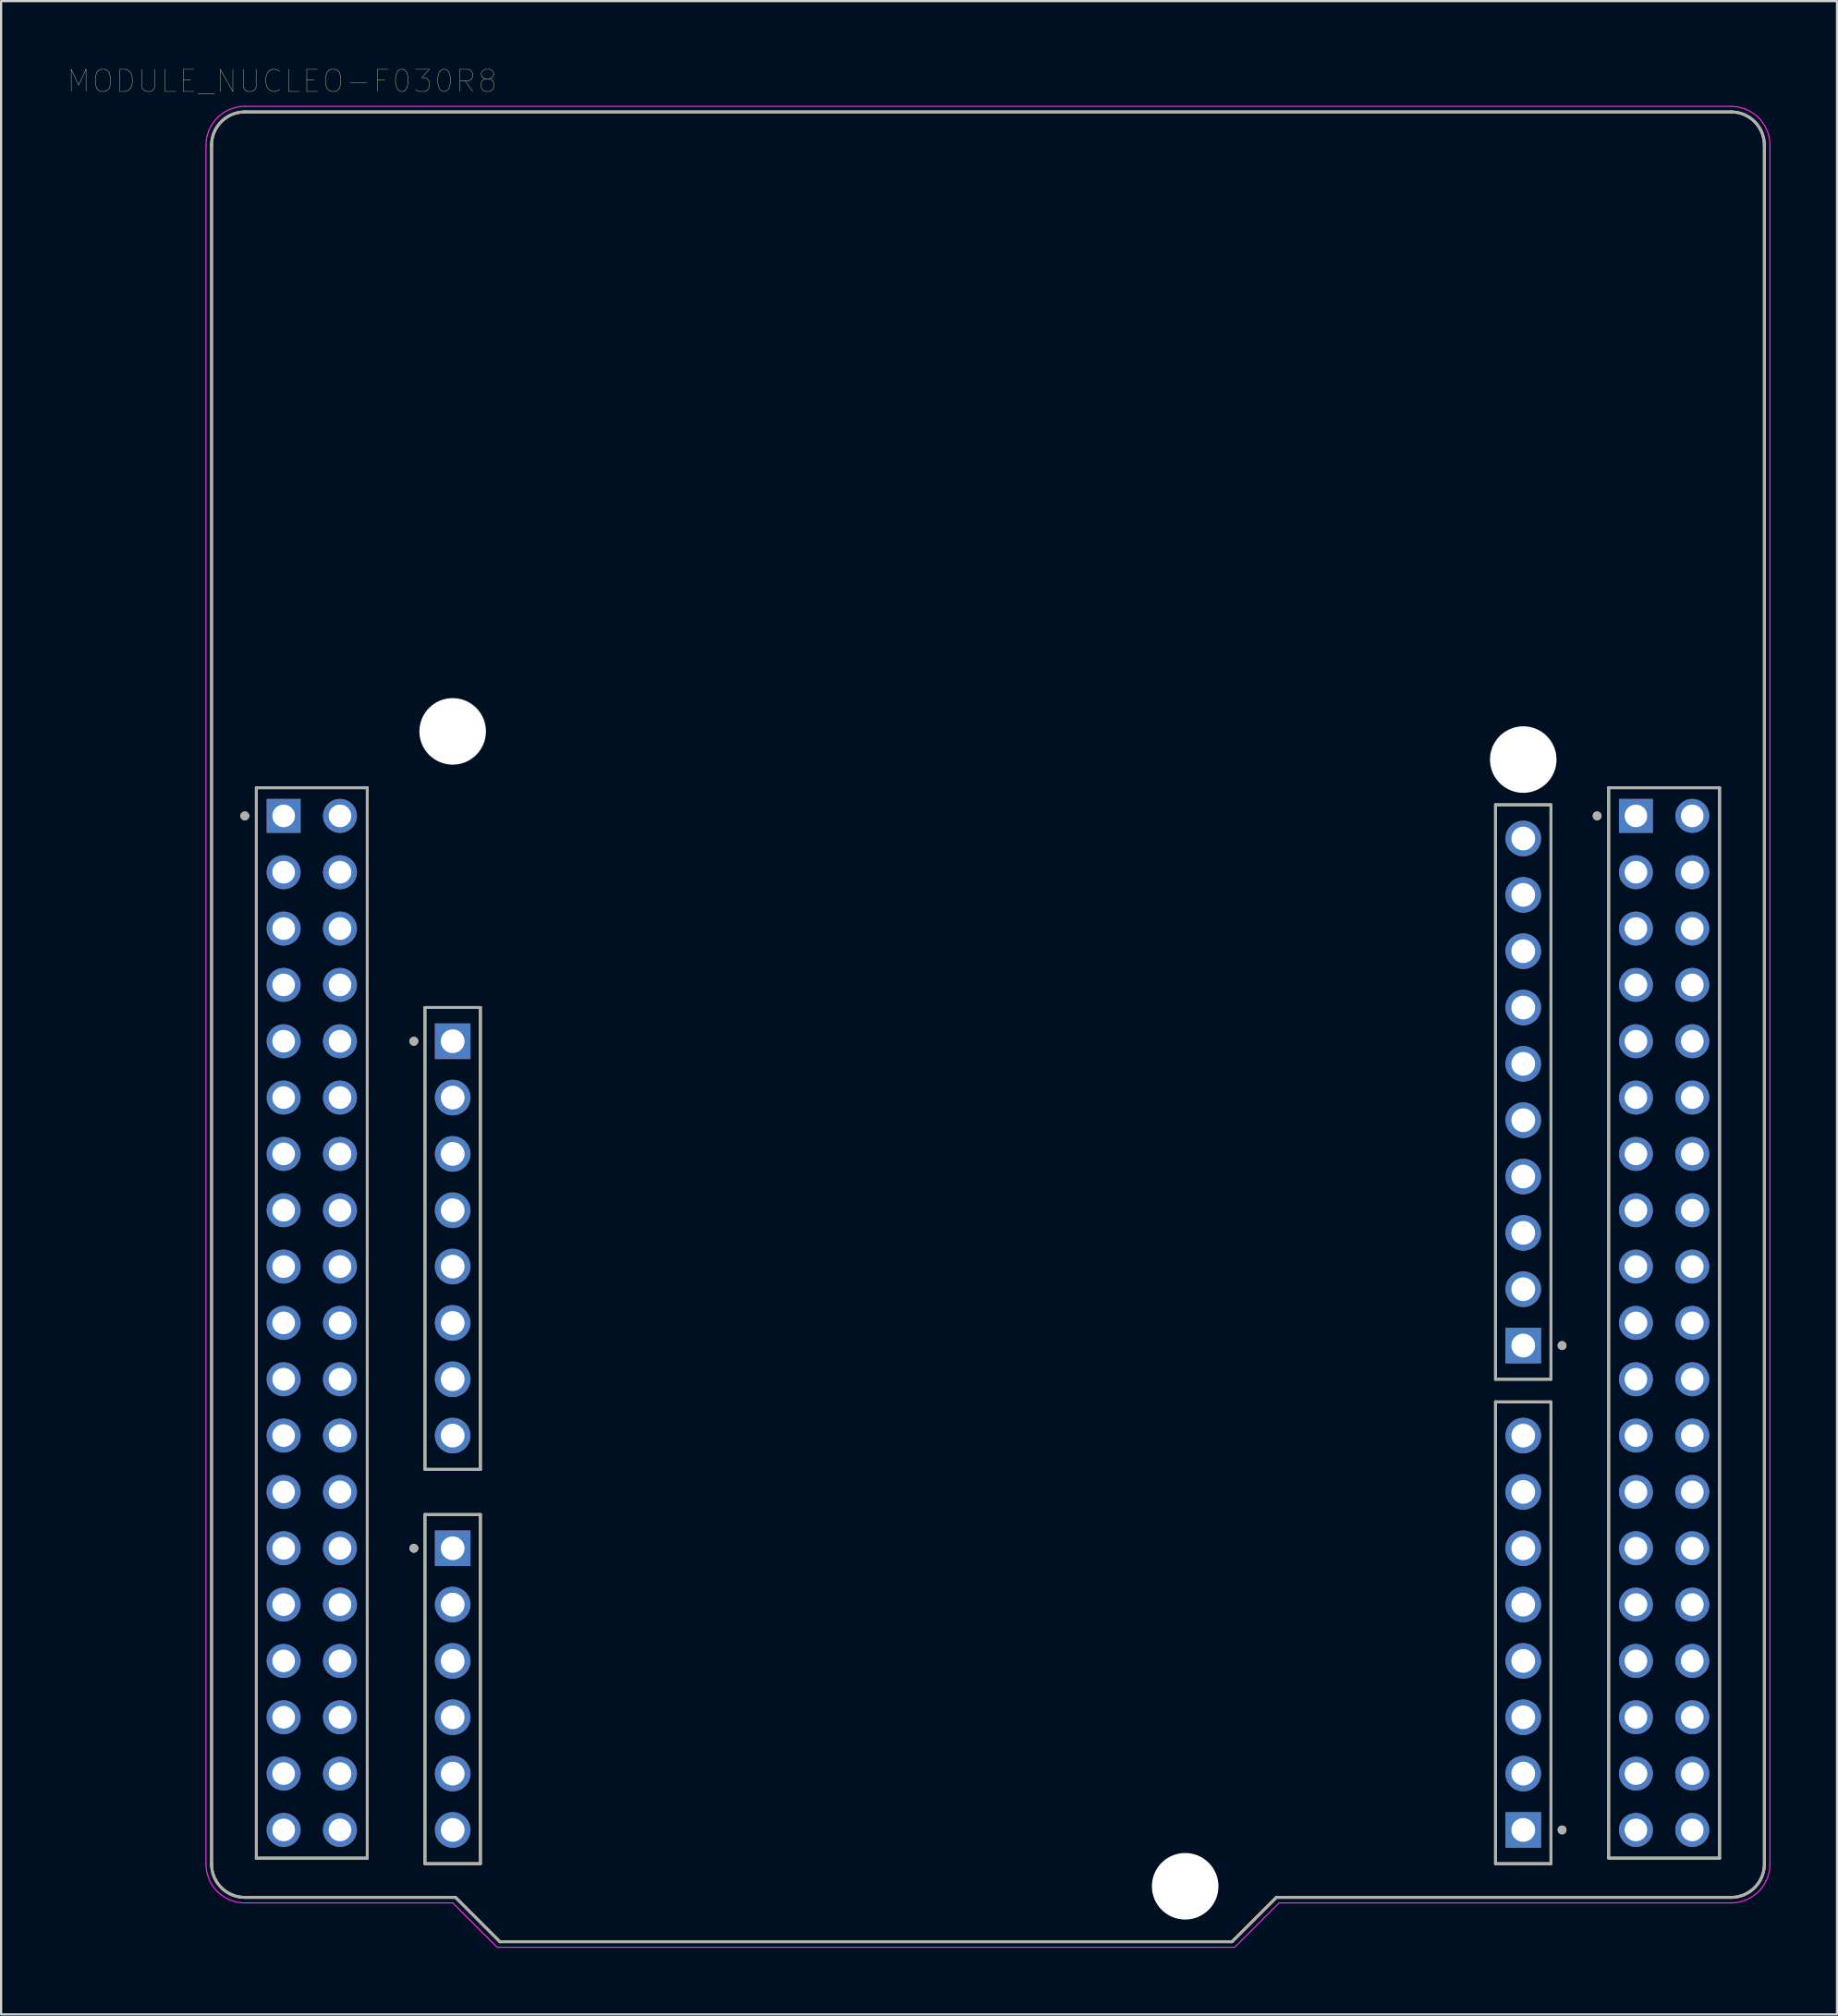
<source format=kicad_pcb>
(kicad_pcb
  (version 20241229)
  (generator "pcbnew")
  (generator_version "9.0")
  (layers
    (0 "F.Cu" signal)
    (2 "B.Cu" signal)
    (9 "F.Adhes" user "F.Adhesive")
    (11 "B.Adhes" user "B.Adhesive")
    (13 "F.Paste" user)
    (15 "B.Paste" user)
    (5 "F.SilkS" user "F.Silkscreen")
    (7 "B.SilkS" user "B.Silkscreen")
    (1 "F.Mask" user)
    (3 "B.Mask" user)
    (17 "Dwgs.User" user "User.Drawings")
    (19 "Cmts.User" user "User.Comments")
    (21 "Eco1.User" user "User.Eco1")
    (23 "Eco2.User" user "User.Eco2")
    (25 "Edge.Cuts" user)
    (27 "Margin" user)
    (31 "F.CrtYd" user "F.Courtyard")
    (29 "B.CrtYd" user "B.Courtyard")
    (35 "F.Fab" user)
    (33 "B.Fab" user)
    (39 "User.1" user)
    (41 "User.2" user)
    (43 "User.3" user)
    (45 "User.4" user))
  (footprint "MODULE_NUCLEO-F030R8"
    (layer "F.Cu")
    (at 41.486 43.246)
    (property "Reference" "MODULE_NUCLEO-F030R8" (at -31.825 -42.635 0) (layer "F.SilkS") (effects (font (size 1 1) (thickness 0.015))))
    (attr through_hole)
    (fp_line (start -35 37.75) (end -35 -39.75) (stroke (width 0.127) (type solid)) (layer "F.SilkS"))
    (fp_line (start -33.5 -41.25) (end 33.5 -41.25) (stroke (width 0.127) (type solid)) (layer "F.SilkS"))
    (fp_line (start -32.98 -10.78) (end -32.98 37.48) (stroke (width 0.127) (type solid)) (layer "F.SilkS"))
    (fp_line (start -32.98 37.48) (end -27.98 37.48) (stroke (width 0.127) (type solid)) (layer "F.SilkS"))
    (fp_line (start -27.98 -10.78) (end -32.98 -10.78) (stroke (width 0.127) (type solid)) (layer "F.SilkS"))
    (fp_line (start -27.98 37.48) (end -27.98 -10.78) (stroke (width 0.127) (type solid)) (layer "F.SilkS"))
    (fp_line (start -25.38 -0.87) (end -25.38 19.95) (stroke (width 0.127) (type solid)) (layer "F.SilkS"))
    (fp_line (start -25.38 19.95) (end -22.88 19.95) (stroke (width 0.127) (type solid)) (layer "F.SilkS"))
    (fp_line (start -25.38 21.99) (end -25.38 37.73) (stroke (width 0.127) (type solid)) (layer "F.SilkS"))
    (fp_line (start -25.38 37.73) (end -22.88 37.73) (stroke (width 0.127) (type solid)) (layer "F.SilkS"))
    (fp_line (start -24 39.25) (end -33.5 39.25) (stroke (width 0.127) (type solid)) (layer "F.SilkS"))
    (fp_line (start -22.88 -0.87) (end -25.38 -0.87) (stroke (width 0.127) (type solid)) (layer "F.SilkS"))
    (fp_line (start -22.88 19.95) (end -22.88 -0.87) (stroke (width 0.127) (type solid)) (layer "F.SilkS"))
    (fp_line (start -22.88 21.99) (end -25.38 21.99) (stroke (width 0.127) (type solid)) (layer "F.SilkS"))
    (fp_line (start -22.88 37.73) (end -22.88 21.99) (stroke (width 0.127) (type solid)) (layer "F.SilkS"))
    (fp_line (start -22 41.25) (end -24 39.25) (stroke (width 0.127) (type solid)) (layer "F.SilkS"))
    (fp_line (start 11 41.25) (end -22 41.25) (stroke (width 0.127) (type solid)) (layer "F.SilkS"))
    (fp_line (start 13 39.25) (end 11 41.25) (stroke (width 0.127) (type solid)) (layer "F.SilkS"))
    (fp_line (start 22.88 -10.01) (end 22.88 15.89) (stroke (width 0.127) (type solid)) (layer "F.SilkS"))
    (fp_line (start 22.88 15.89) (end 25.38 15.89) (stroke (width 0.127) (type solid)) (layer "F.SilkS"))
    (fp_line (start 22.88 16.91) (end 22.88 37.73) (stroke (width 0.127) (type solid)) (layer "F.SilkS"))
    (fp_line (start 22.88 37.73) (end 25.38 37.73) (stroke (width 0.127) (type solid)) (layer "F.SilkS"))
    (fp_line (start 25.38 -10.01) (end 22.88 -10.01) (stroke (width 0.127) (type solid)) (layer "F.SilkS"))
    (fp_line (start 25.38 15.89) (end 25.38 -10.01) (stroke (width 0.127) (type solid)) (layer "F.SilkS"))
    (fp_line (start 25.38 16.91) (end 22.88 16.91) (stroke (width 0.127) (type solid)) (layer "F.SilkS"))
    (fp_line (start 25.38 37.73) (end 25.38 16.91) (stroke (width 0.127) (type solid)) (layer "F.SilkS"))
    (fp_line (start 27.98 -10.78) (end 27.98 37.48) (stroke (width 0.127) (type solid)) (layer "F.SilkS"))
    (fp_line (start 27.98 37.48) (end 32.98 37.48) (stroke (width 0.127) (type solid)) (layer "F.SilkS"))
    (fp_line (start 32.98 -10.78) (end 27.98 -10.78) (stroke (width 0.127) (type solid)) (layer "F.SilkS"))
    (fp_line (start 32.98 37.48) (end 32.98 -10.78) (stroke (width 0.127) (type solid)) (layer "F.SilkS"))
    (fp_line (start 33.5 39.25) (end 13 39.25) (stroke (width 0.127) (type solid)) (layer "F.SilkS"))
    (fp_line (start 35 -39.75) (end 35 37.75) (stroke (width 0.127) (type solid)) (layer "F.SilkS"))
    (fp_arc (start -35 -39.75) (mid -34.56066 -40.81066) (end -33.5 -41.25) (stroke (width 0.127) (type solid)) (layer "F.SilkS"))
    (fp_arc (start -33.5 39.25) (mid -34.56066 38.81066) (end -35 37.75) (stroke (width 0.127) (type solid)) (layer "F.SilkS"))
    (fp_arc (start 33.5 -41.25) (mid 34.56066 -40.81066) (end 35 -39.75) (stroke (width 0.127) (type solid)) (layer "F.SilkS"))
    (fp_arc (start 35 37.75) (mid 34.56066 38.81066) (end 33.5 39.25) (stroke (width 0.127) (type solid)) (layer "F.SilkS"))
    (fp_circle (center -33.5 -9.51) (end -33.4 -9.51) (stroke (width 0.2) (type solid)) (fill no) (layer "F.SilkS"))
    (fp_circle (center -25.88 0.65) (end -25.78 0.65) (stroke (width 0.2) (type solid)) (fill no) (layer "F.SilkS"))
    (fp_circle (center -25.88 23.51) (end -25.78 23.51) (stroke (width 0.2) (type solid)) (fill no) (layer "F.SilkS"))
    (fp_circle (center 25.88 14.37) (end 25.98 14.37) (stroke (width 0.2) (type solid)) (fill no) (layer "F.SilkS"))
    (fp_circle (center 25.88 36.21) (end 25.98 36.21) (stroke (width 0.2) (type solid)) (fill no) (layer "F.SilkS"))
    (fp_circle (center 27.46 -9.51) (end 27.56 -9.51) (stroke (width 0.2) (type solid)) (fill no) (layer "F.SilkS"))
    (fp_line (start -35.25 37.75) (end -35.25 -39.75) (stroke (width 0.05) (type solid)) (layer "F.CrtYd"))
    (fp_line (start -33.5 -41.5) (end 33.5 -41.5) (stroke (width 0.05) (type solid)) (layer "F.CrtYd"))
    (fp_line (start -24.125 39.5) (end -33.5 39.5) (stroke (width 0.05) (type solid)) (layer "F.CrtYd"))
    (fp_line (start -22.125 41.5) (end -24.125 39.5) (stroke (width 0.05) (type solid)) (layer "F.CrtYd"))
    (fp_line (start 11.125 41.5) (end -22.125 41.5) (stroke (width 0.05) (type solid)) (layer "F.CrtYd"))
    (fp_line (start 13.125 39.5) (end 11.125 41.5) (stroke (width 0.05) (type solid)) (layer "F.CrtYd"))
    (fp_line (start 33.5 39.5) (end 13.125 39.5) (stroke (width 0.05) (type solid)) (layer "F.CrtYd"))
    (fp_line (start 35.25 -39.75) (end 35.25 37.75) (stroke (width 0.05) (type solid)) (layer "F.CrtYd"))
    (fp_arc (start -35.25 -39.75) (mid -34.737437 -40.987437) (end -33.5 -41.5) (stroke (width 0.05) (type solid)) (layer "F.CrtYd"))
    (fp_arc (start -33.5 39.5) (mid -34.737437 38.987437) (end -35.25 37.75) (stroke (width 0.05) (type solid)) (layer "F.CrtYd"))
    (fp_arc (start 33.5 -41.5) (mid 34.737437 -40.987437) (end 35.25 -39.75) (stroke (width 0.05) (type solid)) (layer "F.CrtYd"))
    (fp_arc (start 35.25 37.75) (mid 34.737437 38.987437) (end 33.5 39.5) (stroke (width 0.05) (type solid)) (layer "F.CrtYd"))
    (fp_line (start -35 37.75) (end -35 -39.75) (stroke (width 0.127) (type solid)) (layer "F.Fab"))
    (fp_line (start -33.5 -41.25) (end 33.5 -41.25) (stroke (width 0.127) (type solid)) (layer "F.Fab"))
    (fp_line (start -32.98 -10.78) (end -32.98 37.48) (stroke (width 0.127) (type solid)) (layer "F.Fab"))
    (fp_line (start -32.98 37.48) (end -27.98 37.48) (stroke (width 0.127) (type solid)) (layer "F.Fab"))
    (fp_line (start -27.98 -10.78) (end -32.98 -10.78) (stroke (width 0.127) (type solid)) (layer "F.Fab"))
    (fp_line (start -27.98 37.48) (end -27.98 -10.78) (stroke (width 0.127) (type solid)) (layer "F.Fab"))
    (fp_line (start -25.38 -0.87) (end -25.38 19.95) (stroke (width 0.127) (type solid)) (layer "F.Fab"))
    (fp_line (start -25.38 19.95) (end -22.88 19.95) (stroke (width 0.127) (type solid)) (layer "F.Fab"))
    (fp_line (start -25.38 21.99) (end -25.38 37.73) (stroke (width 0.127) (type solid)) (layer "F.Fab"))
    (fp_line (start -25.38 37.73) (end -22.88 37.73) (stroke (width 0.127) (type solid)) (layer "F.Fab"))
    (fp_line (start -24 39.25) (end -33.5 39.25) (stroke (width 0.127) (type solid)) (layer "F.Fab"))
    (fp_line (start -22.88 -0.87) (end -25.38 -0.87) (stroke (width 0.127) (type solid)) (layer "F.Fab"))
    (fp_line (start -22.88 19.95) (end -22.88 -0.87) (stroke (width 0.127) (type solid)) (layer "F.Fab"))
    (fp_line (start -22.88 21.99) (end -25.38 21.99) (stroke (width 0.127) (type solid)) (layer "F.Fab"))
    (fp_line (start -22.88 37.73) (end -22.88 21.99) (stroke (width 0.127) (type solid)) (layer "F.Fab"))
    (fp_line (start -22 41.25) (end -24 39.25) (stroke (width 0.127) (type solid)) (layer "F.Fab"))
    (fp_line (start 11 41.25) (end -22 41.25) (stroke (width 0.127) (type solid)) (layer "F.Fab"))
    (fp_line (start 13 39.25) (end 11 41.25) (stroke (width 0.127) (type solid)) (layer "F.Fab"))
    (fp_line (start 22.88 -10.01) (end 22.88 15.89) (stroke (width 0.127) (type solid)) (layer "F.Fab"))
    (fp_line (start 22.88 15.89) (end 25.38 15.89) (stroke (width 0.127) (type solid)) (layer "F.Fab"))
    (fp_line (start 22.88 16.91) (end 22.88 37.73) (stroke (width 0.127) (type solid)) (layer "F.Fab"))
    (fp_line (start 22.88 37.73) (end 25.38 37.73) (stroke (width 0.127) (type solid)) (layer "F.Fab"))
    (fp_line (start 25.38 -10.01) (end 22.88 -10.01) (stroke (width 0.127) (type solid)) (layer "F.Fab"))
    (fp_line (start 25.38 15.89) (end 25.38 -10.01) (stroke (width 0.127) (type solid)) (layer "F.Fab"))
    (fp_line (start 25.38 16.91) (end 22.88 16.91) (stroke (width 0.127) (type solid)) (layer "F.Fab"))
    (fp_line (start 25.38 37.73) (end 25.38 16.91) (stroke (width 0.127) (type solid)) (layer "F.Fab"))
    (fp_line (start 27.98 -10.78) (end 27.98 37.48) (stroke (width 0.127) (type solid)) (layer "F.Fab"))
    (fp_line (start 27.98 37.48) (end 32.98 37.48) (stroke (width 0.127) (type solid)) (layer "F.Fab"))
    (fp_line (start 32.98 -10.78) (end 27.98 -10.78) (stroke (width 0.127) (type solid)) (layer "F.Fab"))
    (fp_line (start 32.98 37.48) (end 32.98 -10.78) (stroke (width 0.127) (type solid)) (layer "F.Fab"))
    (fp_line (start 33.5 39.25) (end 13 39.25) (stroke (width 0.127) (type solid)) (layer "F.Fab"))
    (fp_line (start 35 -39.75) (end 35 37.75) (stroke (width 0.127) (type solid)) (layer "F.Fab"))
    (fp_arc (start -35 -39.75) (mid -34.56066 -40.81066) (end -33.5 -41.25) (stroke (width 0.127) (type solid)) (layer "F.Fab"))
    (fp_arc (start -33.5 39.25) (mid -34.56066 38.81066) (end -35 37.75) (stroke (width 0.127) (type solid)) (layer "F.Fab"))
    (fp_arc (start 33.5 -41.25) (mid 34.56066 -40.81066) (end 35 -39.75) (stroke (width 0.127) (type solid)) (layer "F.Fab"))
    (fp_arc (start 35 37.75) (mid 34.56066 38.81066) (end 33.5 39.25) (stroke (width 0.127) (type solid)) (layer "F.Fab"))
    (fp_circle (center -33.5 -9.51) (end -33.4 -9.51) (stroke (width 0.2) (type solid)) (fill no) (layer "F.Fab"))
    (fp_circle (center -25.88 0.65) (end -25.78 0.65) (stroke (width 0.2) (type solid)) (fill no) (layer "F.Fab"))
    (fp_circle (center -25.88 23.51) (end -25.78 23.51) (stroke (width 0.2) (type solid)) (fill no) (layer "F.Fab"))
    (fp_circle (center 25.88 14.37) (end 25.98 14.37) (stroke (width 0.2) (type solid)) (fill no) (layer "F.Fab"))
    (fp_circle (center 25.88 36.21) (end 25.98 36.21) (stroke (width 0.2) (type solid)) (fill no) (layer "F.Fab"))
    (fp_circle (center 27.46 -9.51) (end 27.56 -9.51) (stroke (width 0.2) (type solid)) (fill no) (layer "F.Fab"))
    (pad "" np_thru_hole circle (at -24.13 -13.32) (size 3 3) (drill 3) (layers "*.Cu" "*.Mask"))
    (pad "" np_thru_hole circle (at 8.89 38.75) (size 3 3) (drill 3) (layers "*.Cu" "*.Mask"))
    (pad "" np_thru_hole circle (at 24.13 -12.05) (size 3 3) (drill 3) (layers "*.Cu" "*.Mask"))
    (pad "CN5_1" thru_hole rect (at 24.13 14.37) (size 1.605 1.605) (drill 1.07) (layers "*.Cu" "*.Mask"))
    (pad "CN5_2" thru_hole circle (at 24.13 11.83) (size 1.605 1.605) (drill 1.07) (layers "*.Cu" "*.Mask"))
    (pad "CN5_3" thru_hole circle (at 24.13 9.29) (size 1.605 1.605) (drill 1.07) (layers "*.Cu" "*.Mask"))
    (pad "CN5_4" thru_hole circle (at 24.13 6.75) (size 1.605 1.605) (drill 1.07) (layers "*.Cu" "*.Mask"))
    (pad "CN5_5" thru_hole circle (at 24.13 4.21) (size 1.605 1.605) (drill 1.07) (layers "*.Cu" "*.Mask"))
    (pad "CN5_6" thru_hole circle (at 24.13 1.67) (size 1.605 1.605) (drill 1.07) (layers "*.Cu" "*.Mask"))
    (pad "CN5_7" thru_hole circle (at 24.13 -0.87) (size 1.605 1.605) (drill 1.07) (layers "*.Cu" "*.Mask"))
    (pad "CN5_8" thru_hole circle (at 24.13 -3.41) (size 1.605 1.605) (drill 1.07) (layers "*.Cu" "*.Mask"))
    (pad "CN5_9" thru_hole circle (at 24.13 -5.95) (size 1.605 1.605) (drill 1.07) (layers "*.Cu" "*.Mask"))
    (pad "CN5_10" thru_hole circle (at 24.13 -8.49) (size 1.605 1.605) (drill 1.07) (layers "*.Cu" "*.Mask"))
    (pad "CN6_1" thru_hole rect (at -24.13 0.65) (size 1.605 1.605) (drill 1.07) (layers "*.Cu" "*.Mask"))
    (pad "CN6_2" thru_hole circle (at -24.13 3.19) (size 1.605 1.605) (drill 1.07) (layers "*.Cu" "*.Mask"))
    (pad "CN6_3" thru_hole circle (at -24.13 5.73) (size 1.605 1.605) (drill 1.07) (layers "*.Cu" "*.Mask"))
    (pad "CN6_4" thru_hole circle (at -24.13 8.27) (size 1.605 1.605) (drill 1.07) (layers "*.Cu" "*.Mask"))
    (pad "CN6_5" thru_hole circle (at -24.13 10.81) (size 1.605 1.605) (drill 1.07) (layers "*.Cu" "*.Mask"))
    (pad "CN6_6" thru_hole circle (at -24.13 13.35) (size 1.605 1.605) (drill 1.07) (layers "*.Cu" "*.Mask"))
    (pad "CN6_7" thru_hole circle (at -24.13 15.89) (size 1.605 1.605) (drill 1.07) (layers "*.Cu" "*.Mask"))
    (pad "CN6_8" thru_hole circle (at -24.13 18.43) (size 1.605 1.605) (drill 1.07) (layers "*.Cu" "*.Mask"))
    (pad "CN7_1" thru_hole rect (at -31.75 -9.51) (size 1.53 1.53) (drill 1.02) (layers "*.Cu" "*.Mask"))
    (pad "CN7_2" thru_hole circle (at -29.21 -9.51) (size 1.53 1.53) (drill 1.02) (layers "*.Cu" "*.Mask"))
    (pad "CN7_3" thru_hole circle (at -31.75 -6.97) (size 1.53 1.53) (drill 1.02) (layers "*.Cu" "*.Mask"))
    (pad "CN7_4" thru_hole circle (at -29.21 -6.97) (size 1.53 1.53) (drill 1.02) (layers "*.Cu" "*.Mask"))
    (pad "CN7_5" thru_hole circle (at -31.75 -4.43) (size 1.53 1.53) (drill 1.02) (layers "*.Cu" "*.Mask"))
    (pad "CN7_6" thru_hole circle (at -29.21 -4.43) (size 1.53 1.53) (drill 1.02) (layers "*.Cu" "*.Mask"))
    (pad "CN7_7" thru_hole circle (at -31.75 -1.89) (size 1.53 1.53) (drill 1.02) (layers "*.Cu" "*.Mask"))
    (pad "CN7_8" thru_hole circle (at -29.21 -1.89) (size 1.53 1.53) (drill 1.02) (layers "*.Cu" "*.Mask"))
    (pad "CN7_9" thru_hole circle (at -31.75 0.65) (size 1.53 1.53) (drill 1.02) (layers "*.Cu" "*.Mask"))
    (pad "CN7_10" thru_hole circle (at -29.21 0.65) (size 1.53 1.53) (drill 1.02) (layers "*.Cu" "*.Mask"))
    (pad "CN7_11" thru_hole circle (at -31.75 3.19) (size 1.53 1.53) (drill 1.02) (layers "*.Cu" "*.Mask"))
    (pad "CN7_12" thru_hole circle (at -29.21 3.19) (size 1.53 1.53) (drill 1.02) (layers "*.Cu" "*.Mask"))
    (pad "CN7_13" thru_hole circle (at -31.75 5.73) (size 1.53 1.53) (drill 1.02) (layers "*.Cu" "*.Mask"))
    (pad "CN7_14" thru_hole circle (at -29.21 5.73) (size 1.53 1.53) (drill 1.02) (layers "*.Cu" "*.Mask"))
    (pad "CN7_15" thru_hole circle (at -31.75 8.27) (size 1.53 1.53) (drill 1.02) (layers "*.Cu" "*.Mask"))
    (pad "CN7_16" thru_hole circle (at -29.21 8.27) (size 1.53 1.53) (drill 1.02) (layers "*.Cu" "*.Mask"))
    (pad "CN7_17" thru_hole circle (at -31.75 10.81) (size 1.53 1.53) (drill 1.02) (layers "*.Cu" "*.Mask"))
    (pad "CN7_18" thru_hole circle (at -29.21 10.81) (size 1.53 1.53) (drill 1.02) (layers "*.Cu" "*.Mask"))
    (pad "CN7_19" thru_hole circle (at -31.75 13.35) (size 1.53 1.53) (drill 1.02) (layers "*.Cu" "*.Mask"))
    (pad "CN7_20" thru_hole circle (at -29.21 13.35) (size 1.53 1.53) (drill 1.02) (layers "*.Cu" "*.Mask"))
    (pad "CN7_21" thru_hole circle (at -31.75 15.89) (size 1.53 1.53) (drill 1.02) (layers "*.Cu" "*.Mask"))
    (pad "CN7_22" thru_hole circle (at -29.21 15.89) (size 1.53 1.53) (drill 1.02) (layers "*.Cu" "*.Mask"))
    (pad "CN7_23" thru_hole circle (at -31.75 18.43) (size 1.53 1.53) (drill 1.02) (layers "*.Cu" "*.Mask"))
    (pad "CN7_24" thru_hole circle (at -29.21 18.43) (size 1.53 1.53) (drill 1.02) (layers "*.Cu" "*.Mask"))
    (pad "CN7_25" thru_hole circle (at -31.75 20.97) (size 1.53 1.53) (drill 1.02) (layers "*.Cu" "*.Mask"))
    (pad "CN7_26" thru_hole circle (at -29.21 20.97) (size 1.53 1.53) (drill 1.02) (layers "*.Cu" "*.Mask"))
    (pad "CN7_27" thru_hole circle (at -31.75 23.51) (size 1.53 1.53) (drill 1.02) (layers "*.Cu" "*.Mask"))
    (pad "CN7_28" thru_hole circle (at -29.21 23.51) (size 1.53 1.53) (drill 1.02) (layers "*.Cu" "*.Mask"))
    (pad "CN7_29" thru_hole circle (at -31.75 26.05) (size 1.53 1.53) (drill 1.02) (layers "*.Cu" "*.Mask"))
    (pad "CN7_30" thru_hole circle (at -29.21 26.05) (size 1.53 1.53) (drill 1.02) (layers "*.Cu" "*.Mask"))
    (pad "CN7_31" thru_hole circle (at -31.75 28.59) (size 1.53 1.53) (drill 1.02) (layers "*.Cu" "*.Mask"))
    (pad "CN7_32" thru_hole circle (at -29.21 28.59) (size 1.53 1.53) (drill 1.02) (layers "*.Cu" "*.Mask"))
    (pad "CN7_33" thru_hole circle (at -31.75 31.13) (size 1.53 1.53) (drill 1.02) (layers "*.Cu" "*.Mask"))
    (pad "CN7_34" thru_hole circle (at -29.21 31.13) (size 1.53 1.53) (drill 1.02) (layers "*.Cu" "*.Mask"))
    (pad "CN7_35" thru_hole circle (at -31.75 33.67) (size 1.53 1.53) (drill 1.02) (layers "*.Cu" "*.Mask"))
    (pad "CN7_36" thru_hole circle (at -29.21 33.67) (size 1.53 1.53) (drill 1.02) (layers "*.Cu" "*.Mask"))
    (pad "CN7_37" thru_hole circle (at -31.75 36.21) (size 1.53 1.53) (drill 1.02) (layers "*.Cu" "*.Mask"))
    (pad "CN7_38" thru_hole circle (at -29.21 36.21) (size 1.53 1.53) (drill 1.02) (layers "*.Cu" "*.Mask"))
    (pad "CN8_1" thru_hole rect (at -24.13 23.51) (size 1.605 1.605) (drill 1.07) (layers "*.Cu" "*.Mask"))
    (pad "CN8_2" thru_hole circle (at -24.13 26.05) (size 1.605 1.605) (drill 1.07) (layers "*.Cu" "*.Mask"))
    (pad "CN8_3" thru_hole circle (at -24.13 28.59) (size 1.605 1.605) (drill 1.07) (layers "*.Cu" "*.Mask"))
    (pad "CN8_4" thru_hole circle (at -24.13 31.13) (size 1.605 1.605) (drill 1.07) (layers "*.Cu" "*.Mask"))
    (pad "CN8_5" thru_hole circle (at -24.13 33.67) (size 1.605 1.605) (drill 1.07) (layers "*.Cu" "*.Mask"))
    (pad "CN8_6" thru_hole circle (at -24.13 36.21) (size 1.605 1.605) (drill 1.07) (layers "*.Cu" "*.Mask"))
    (pad "CN9_1" thru_hole rect (at 24.13 36.21) (size 1.605 1.605) (drill 1.07) (layers "*.Cu" "*.Mask"))
    (pad "CN9_2" thru_hole circle (at 24.13 33.67) (size 1.605 1.605) (drill 1.07) (layers "*.Cu" "*.Mask"))
    (pad "CN9_3" thru_hole circle (at 24.13 31.13) (size 1.605 1.605) (drill 1.07) (layers "*.Cu" "*.Mask"))
    (pad "CN9_4" thru_hole circle (at 24.13 28.59) (size 1.605 1.605) (drill 1.07) (layers "*.Cu" "*.Mask"))
    (pad "CN9_5" thru_hole circle (at 24.13 26.05) (size 1.605 1.605) (drill 1.07) (layers "*.Cu" "*.Mask"))
    (pad "CN9_6" thru_hole circle (at 24.13 23.51) (size 1.605 1.605) (drill 1.07) (layers "*.Cu" "*.Mask"))
    (pad "CN9_7" thru_hole circle (at 24.13 20.97) (size 1.605 1.605) (drill 1.07) (layers "*.Cu" "*.Mask"))
    (pad "CN9_8" thru_hole circle (at 24.13 18.43) (size 1.605 1.605) (drill 1.07) (layers "*.Cu" "*.Mask"))
    (pad "CN10_1" thru_hole rect (at 29.21 -9.51) (size 1.53 1.53) (drill 1.02) (layers "*.Cu" "*.Mask"))
    (pad "CN10_2" thru_hole circle (at 31.75 -9.51) (size 1.53 1.53) (drill 1.02) (layers "*.Cu" "*.Mask"))
    (pad "CN10_3" thru_hole circle (at 29.21 -6.97) (size 1.53 1.53) (drill 1.02) (layers "*.Cu" "*.Mask"))
    (pad "CN10_4" thru_hole circle (at 31.75 -6.97) (size 1.53 1.53) (drill 1.02) (layers "*.Cu" "*.Mask"))
    (pad "CN10_5" thru_hole circle (at 29.21 -4.43) (size 1.53 1.53) (drill 1.02) (layers "*.Cu" "*.Mask"))
    (pad "CN10_6" thru_hole circle (at 31.75 -4.43) (size 1.53 1.53) (drill 1.02) (layers "*.Cu" "*.Mask"))
    (pad "CN10_7" thru_hole circle (at 29.21 -1.89) (size 1.53 1.53) (drill 1.02) (layers "*.Cu" "*.Mask"))
    (pad "CN10_8" thru_hole circle (at 31.75 -1.89) (size 1.53 1.53) (drill 1.02) (layers "*.Cu" "*.Mask"))
    (pad "CN10_9" thru_hole circle (at 29.21 0.65) (size 1.53 1.53) (drill 1.02) (layers "*.Cu" "*.Mask"))
    (pad "CN10_10" thru_hole circle (at 31.75 0.65) (size 1.53 1.53) (drill 1.02) (layers "*.Cu" "*.Mask"))
    (pad "CN10_11" thru_hole circle (at 29.21 3.19) (size 1.53 1.53) (drill 1.02) (layers "*.Cu" "*.Mask"))
    (pad "CN10_12" thru_hole circle (at 31.75 3.19) (size 1.53 1.53) (drill 1.02) (layers "*.Cu" "*.Mask"))
    (pad "CN10_13" thru_hole circle (at 29.21 5.73) (size 1.53 1.53) (drill 1.02) (layers "*.Cu" "*.Mask"))
    (pad "CN10_14" thru_hole circle (at 31.75 5.73) (size 1.53 1.53) (drill 1.02) (layers "*.Cu" "*.Mask"))
    (pad "CN10_15" thru_hole circle (at 29.21 8.27) (size 1.53 1.53) (drill 1.02) (layers "*.Cu" "*.Mask"))
    (pad "CN10_16" thru_hole circle (at 31.75 8.27) (size 1.53 1.53) (drill 1.02) (layers "*.Cu" "*.Mask"))
    (pad "CN10_17" thru_hole circle (at 29.21 10.81) (size 1.53 1.53) (drill 1.02) (layers "*.Cu" "*.Mask"))
    (pad "CN10_18" thru_hole circle (at 31.75 10.81) (size 1.53 1.53) (drill 1.02) (layers "*.Cu" "*.Mask"))
    (pad "CN10_19" thru_hole circle (at 29.21 13.35) (size 1.53 1.53) (drill 1.02) (layers "*.Cu" "*.Mask"))
    (pad "CN10_20" thru_hole circle (at 31.75 13.35) (size 1.53 1.53) (drill 1.02) (layers "*.Cu" "*.Mask"))
    (pad "CN10_21" thru_hole circle (at 29.21 15.89) (size 1.53 1.53) (drill 1.02) (layers "*.Cu" "*.Mask"))
    (pad "CN10_22" thru_hole circle (at 31.75 15.89) (size 1.53 1.53) (drill 1.02) (layers "*.Cu" "*.Mask"))
    (pad "CN10_23" thru_hole circle (at 29.21 18.43) (size 1.53 1.53) (drill 1.02) (layers "*.Cu" "*.Mask"))
    (pad "CN10_24" thru_hole circle (at 31.75 18.43) (size 1.53 1.53) (drill 1.02) (layers "*.Cu" "*.Mask"))
    (pad "CN10_25" thru_hole circle (at 29.21 20.97) (size 1.53 1.53) (drill 1.02) (layers "*.Cu" "*.Mask"))
    (pad "CN10_26" thru_hole circle (at 31.75 20.97) (size 1.53 1.53) (drill 1.02) (layers "*.Cu" "*.Mask"))
    (pad "CN10_27" thru_hole circle (at 29.21 23.51) (size 1.53 1.53) (drill 1.02) (layers "*.Cu" "*.Mask"))
    (pad "CN10_28" thru_hole circle (at 31.75 23.51) (size 1.53 1.53) (drill 1.02) (layers "*.Cu" "*.Mask"))
    (pad "CN10_29" thru_hole circle (at 29.21 26.05) (size 1.53 1.53) (drill 1.02) (layers "*.Cu" "*.Mask"))
    (pad "CN10_30" thru_hole circle (at 31.75 26.05) (size 1.53 1.53) (drill 1.02) (layers "*.Cu" "*.Mask"))
    (pad "CN10_31" thru_hole circle (at 29.21 28.59) (size 1.53 1.53) (drill 1.02) (layers "*.Cu" "*.Mask"))
    (pad "CN10_32" thru_hole circle (at 31.75 28.59) (size 1.53 1.53) (drill 1.02) (layers "*.Cu" "*.Mask"))
    (pad "CN10_33" thru_hole circle (at 29.21 31.13) (size 1.53 1.53) (drill 1.02) (layers "*.Cu" "*.Mask"))
    (pad "CN10_34" thru_hole circle (at 31.75 31.13) (size 1.53 1.53) (drill 1.02) (layers "*.Cu" "*.Mask"))
    (pad "CN10_35" thru_hole circle (at 29.21 33.67) (size 1.53 1.53) (drill 1.02) (layers "*.Cu" "*.Mask"))
    (pad "CN10_36" thru_hole circle (at 31.75 33.67) (size 1.53 1.53) (drill 1.02) (layers "*.Cu" "*.Mask"))
    (pad "CN10_37" thru_hole circle (at 29.21 36.21) (size 1.53 1.53) (drill 1.02) (layers "*.Cu" "*.Mask"))
    (pad "CN10_38" thru_hole circle (at 31.75 36.21) (size 1.53 1.53) (drill 1.02) (layers "*.Cu" "*.Mask")))
  (gr_rect
    (start -3 -3)
    (end 79.761 87.771)
    (stroke (width 0.1) (type default))
    (fill no)
    (layer "Edge.Cuts")))
</source>
